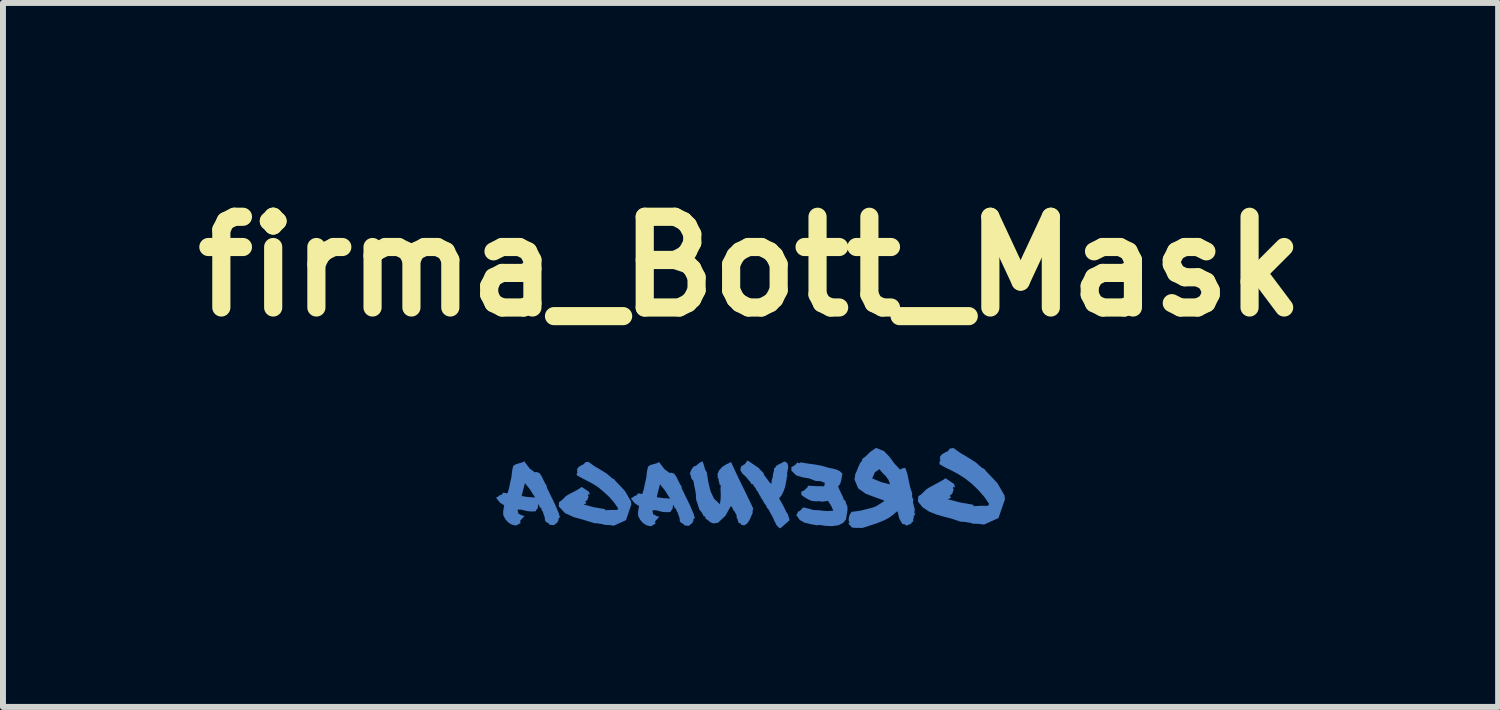
<source format=kicad_pcb>
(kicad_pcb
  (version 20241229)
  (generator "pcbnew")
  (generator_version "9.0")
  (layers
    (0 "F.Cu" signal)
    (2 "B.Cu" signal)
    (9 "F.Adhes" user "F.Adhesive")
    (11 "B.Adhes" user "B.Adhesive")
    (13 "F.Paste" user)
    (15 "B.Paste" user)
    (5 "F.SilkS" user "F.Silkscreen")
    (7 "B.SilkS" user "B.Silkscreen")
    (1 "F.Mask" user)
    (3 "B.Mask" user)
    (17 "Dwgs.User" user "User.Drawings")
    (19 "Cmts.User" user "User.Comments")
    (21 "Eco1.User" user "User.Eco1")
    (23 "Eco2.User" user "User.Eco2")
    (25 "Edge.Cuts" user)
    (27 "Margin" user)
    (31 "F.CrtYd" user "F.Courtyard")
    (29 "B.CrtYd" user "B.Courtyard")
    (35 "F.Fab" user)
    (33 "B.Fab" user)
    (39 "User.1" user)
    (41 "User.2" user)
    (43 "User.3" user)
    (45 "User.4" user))
  (footprint "firma_Bott_Mask"
    (layer "F.Cu")
    (at 9.558 5.157)
    (property "Reference" "firma_Bott_Mask" (at 0 -3.731 0) (layer "F.SilkS") (effects (font (size 1.524 1.524) (thickness 0.305))))
    (attr smd)
    (fp_poly (pts (xy -3.223 0.299) (xy -3.115 0.414) (xy -2.966 0.481) (xy -2.796 0.528) (xy -2.625 0.581) (xy -2.582 0.583) (xy -2.548 0.588) (xy -2.517 0.593) (xy -2.482 0.597) (xy -2.474 0.6) (xy -2.469 0.607) (xy -2.415 0.612) (xy -2.377 0.612) (xy -2.334 0.618) (xy -2.296 0.623) (xy -2.093 0.531) (xy -2.012 0.294) (xy -2.009 0.283) (xy -2.002 0.278) (xy -2.005 0.249) (xy -2.007 0.218) (xy -2.109 0.042) (xy -2.245 -0.103) (xy -2.265 -0.123) (xy -2.281 -0.144) (xy -2.3 -0.161) (xy -2.326 -0.173) (xy -2.412 -0.249) (xy -2.517 -0.314) (xy -2.625 -0.378) (xy -2.725 -0.45) (xy -2.753 -0.445) (xy -2.772 -0.445) (xy -2.804 -0.409) (xy -2.848 -0.387) (xy -2.889 -0.361) (xy -2.918 -0.32) (xy -2.908 -0.311) (xy -2.913 -0.295) (xy -2.915 -0.28) (xy -2.903 -0.273) (xy -2.913 -0.263) (xy -2.923 -0.254) (xy -2.918 -0.24) (xy -2.918 -0.223) (xy -2.841 -0.18) (xy -2.753 -0.135) (xy -2.658 -0.085) (xy -2.563 -0.025) (xy -2.469 0.053) (xy -2.375 0.14) (xy -2.291 0.237) (xy -2.224 0.333) (xy -2.231 0.347) (xy -2.239 0.359) (xy -2.341 0.359) (xy -2.437 0.364) (xy -2.444 0.354) (xy -2.453 0.344) (xy -2.636 0.313) (xy -2.808 0.266) (xy -2.782 0.258) (xy -2.761 0.249) (xy -2.761 0.235) (xy -2.779 0.221) (xy -2.739 0.187) (xy -2.722 0.132) (xy -2.732 0.111) (xy -2.722 0.092) (xy -2.713 0.092) (xy -2.71 0.097) (xy -2.708 0.104) (xy -2.699 0.103) (xy -2.706 0.077) (xy -2.717 0.053) (xy -2.835 -0.027) (xy -2.882 0.004) (xy -2.939 0.037) (xy -3.001 0.07) (xy -3.061 0.101) (xy -3.104 0.128) (xy -3.14 0.165) (xy -3.175 0.199) (xy -3.218 0.228) (xy -3.22 0.265) (xy -3.223 0.299) (xy -3.223 0.299)) (stroke (width 0) (type solid)) (fill yes) (layer "B.Cu"))
    (fp_poly (pts (xy 4.274 0.192) (xy 4.269 0.158) (xy 4.267 0.118) (xy 4.146 -0.092) (xy 3.983 -0.264) (xy 3.959 -0.288) (xy 3.94 -0.314) (xy 3.917 -0.335) (xy 3.886 -0.349) (xy 3.783 -0.44) (xy 3.657 -0.519) (xy 3.526 -0.597) (xy 3.406 -0.683) (xy 3.376 -0.674) (xy 3.352 -0.676) (xy 3.313 -0.629) (xy 3.261 -0.603) (xy 3.211 -0.572) (xy 3.175 -0.524) (xy 3.187 -0.516) (xy 3.182 -0.497) (xy 3.178 -0.478) (xy 3.194 -0.469) (xy 3.182 -0.457) (xy 3.17 -0.445) (xy 3.175 -0.428) (xy 3.175 -0.409) (xy 3.268 -0.355) (xy 3.375 -0.304) (xy 3.488 -0.243) (xy 3.602 -0.171) (xy 3.717 -0.08) (xy 3.828 0.027) (xy 3.928 0.142) (xy 4.007 0.258) (xy 3.998 0.273) (xy 3.988 0.289) (xy 3.866 0.289) (xy 3.752 0.296) (xy 3.743 0.282) (xy 3.733 0.27) (xy 3.514 0.232) (xy 3.308 0.177) (xy 3.363 0.158) (xy 3.363 0.141) (xy 3.344 0.123) (xy 3.39 0.082) (xy 3.411 0.015) (xy 3.399 -0.009) (xy 3.411 -0.032) (xy 3.421 -0.032) (xy 3.425 -0.025) (xy 3.428 -0.018) (xy 3.437 -0.018) (xy 3.428 -0.049) (xy 3.418 -0.078) (xy 3.275 -0.173) (xy 3.22 -0.137) (xy 3.151 -0.099) (xy 3.077 -0.059) (xy 3.006 -0.021) (xy 2.953 0.013) (xy 2.91 0.055) (xy 2.868 0.096) (xy 2.818 0.13) (xy 2.815 0.175) (xy 2.811 0.217) (xy 2.891 0.316) (xy 2.996 0.385) (xy 3.118 0.435) (xy 3.252 0.473) (xy 3.392 0.511) (xy 3.528 0.556) (xy 3.578 0.558) (xy 3.618 0.563) (xy 3.655 0.57) (xy 3.697 0.575) (xy 3.709 0.578) (xy 3.716 0.587) (xy 3.778 0.592) (xy 3.824 0.592) (xy 3.874 0.599) (xy 3.922 0.604) (xy 4.165 0.494) (xy 4.262 0.21) (xy 4.265 0.199) (xy 4.274 0.192) (xy 4.274 0.192)) (stroke (width 0) (type solid)) (fill yes) (layer "B.Cu"))
    (fp_poly (pts (xy 0.685 -0.361) (xy 0.685 -0.342) (xy 0.687 -0.332) (xy 0.687 -0.32) (xy 0.684 -0.302) (xy 0.768 -0.221) (xy 0.87 -0.19) (xy 0.983 -0.171) (xy 1.097 -0.127) (xy 1.138 -0.127) (xy 1.19 -0.121) (xy 1.216 -0.106) (xy 1.247 -0.097) (xy 1.242 -0.065) (xy 1.237 -0.039) (xy 1.104 -0.04) (xy 0.959 -0.049) (xy 0.961 -0.037) (xy 0.963 -0.028) (xy 0.939 -0.006) (xy 0.914 0.018) (xy 0.89 0.039) (xy 0.859 0.044) (xy 0.851 0.075) (xy 0.854 0.108) (xy 0.909 0.147) (xy 0.968 0.182) (xy 1.031 0.208) (xy 1.106 0.215) (xy 1.119 0.215) (xy 1.13 0.209) (xy 1.169 0.215) (xy 1.207 0.22) (xy 1.254 0.213) (xy 1.3 0.206) (xy 1.35 0.283) (xy 1.39 0.371) (xy 1.293 0.378) (xy 1.219 0.373) (xy 1.149 0.364) (xy 1.057 0.361) (xy 0.976 0.337) (xy 0.889 0.316) (xy 0.864 0.335) (xy 0.845 0.359) (xy 0.825 0.378) (xy 0.799 0.385) (xy 0.79 0.402) (xy 0.785 0.42) (xy 0.78 0.435) (xy 0.764 0.438) (xy 0.825 0.526) (xy 0.901 0.571) (xy 0.997 0.595) (xy 1.112 0.616) (xy 1.138 0.614) (xy 1.162 0.611) (xy 1.257 0.626) (xy 1.369 0.631) (xy 1.478 0.616) (xy 1.562 0.571) (xy 1.581 0.544) (xy 1.603 0.518) (xy 1.61 0.468) (xy 1.621 0.411) (xy 1.629 0.351) (xy 1.626 0.297) (xy 1.605 0.251) (xy 1.593 0.206) (xy 1.583 0.197) (xy 1.569 0.191) (xy 1.547 0.132) (xy 1.522 0.079) (xy 1.497 0.027) (xy 1.471 -0.033) (xy 1.507 -0.082) (xy 1.522 -0.135) (xy 1.531 -0.19) (xy 1.543 -0.249) (xy 1.502 -0.29) (xy 1.447 -0.318) (xy 1.383 -0.335) (xy 1.31 -0.35) (xy 1.188 -0.385) (xy 1.081 -0.404) (xy 0.971 -0.419) (xy 0.842 -0.44) (xy 0.813 -0.424) (xy 0.797 -0.433) (xy 0.789 -0.443) (xy 0.746 -0.393) (xy 0.685 -0.361) (xy 0.685 -0.361)) (stroke (width 0) (type solid)) (fill yes) (layer "B.Cu"))
    (fp_poly (pts (xy 2.739 0.461) (xy 2.315 -0.149) (xy 2.344 -0.07) (xy 2.193 -0.109) (xy 2.043 -0.171) (xy 2.088 -0.273) (xy 2.164 -0.326) (xy 2.164 -0.326) (xy 2.213 -0.266) (xy 2.269 -0.211) (xy 2.315 -0.149) (xy 2.739 0.461) (xy 2.754 0.449) (xy 2.77 0.419) (xy 2.751 0.419) (xy 2.758 0.351) (xy 2.742 0.288) (xy 2.728 0.23) (xy 2.734 0.17) (xy 2.721 0.166) (xy 2.715 0.142) (xy 2.713 0.111) (xy 2.715 0.084) (xy 2.68 -0.027) (xy 2.656 -0.139) (xy 2.634 -0.247) (xy 2.599 -0.347) (xy 2.549 -0.34) (xy 2.513 -0.318) (xy 2.418 -0.418) (xy 2.336 -0.531) (xy 2.239 -0.631) (xy 2.107 -0.683) (xy 2.014 -0.619) (xy 1.929 -0.537) (xy 1.903 -0.518) (xy 1.876 -0.5) (xy 1.876 -0.475) (xy 1.836 -0.421) (xy 1.807 -0.357) (xy 1.781 -0.29) (xy 1.753 -0.227) (xy 1.757 -0.208) (xy 1.753 -0.192) (xy 1.748 -0.175) (xy 1.746 -0.152) (xy 1.807 -0.004) (xy 1.934 0.087) (xy 2.093 0.147) (xy 2.246 0.201) (xy 2.239 0.208) (xy 2.234 0.218) (xy 2.155 0.268) (xy 2.101 0.301) (xy 2.046 0.321) (xy 1.962 0.342) (xy 1.879 0.363) (xy 1.824 0.375) (xy 1.772 0.382) (xy 1.698 0.39) (xy 1.667 0.435) (xy 1.65 0.487) (xy 1.648 0.537) (xy 1.662 0.573) (xy 1.653 0.58) (xy 1.636 0.58) (xy 1.657 0.6) (xy 1.674 0.624) (xy 1.695 0.647) (xy 1.722 0.659) (xy 1.881 0.661) (xy 2.127 0.581) (xy 2.248 0.531) (xy 2.329 0.488) (xy 2.392 0.442) (xy 2.46 0.382) (xy 2.467 0.388) (xy 2.472 0.395) (xy 2.499 0.507) (xy 2.551 0.595) (xy 2.589 0.6) (xy 2.611 0.619) (xy 2.637 0.618) (xy 2.653 0.609) (xy 2.668 0.599) (xy 2.696 0.595) (xy 2.706 0.566) (xy 2.734 0.552) (xy 2.73 0.526) (xy 2.735 0.506) (xy 2.742 0.485) (xy 2.739 0.461) (xy 2.739 0.461)) (stroke (width 0) (type solid)) (fill yes) (layer "B.Cu"))
    (fp_poly (pts (xy 0.176 0.158) (xy 0.196 0.183) (xy 0.213 0.213) (xy 0.232 0.249) (xy 0.258 0.28) (xy 0.275 0.321) (xy 0.303 0.354) (xy 0.384 0.504) (xy 0.394 0.535) (xy 0.41 0.562) (xy 0.417 0.574) (xy 0.422 0.583) (xy 0.425 0.6) (xy 0.444 0.624) (xy 0.463 0.643) (xy 0.475 0.657) (xy 0.501 0.667) (xy 0.654 0.533) (xy 0.653 0.516) (xy 0.647 0.499) (xy 0.641 0.478) (xy 0.625 0.43) (xy 0.596 0.387) (xy 0.58 0.349) (xy 0.539 0.268) (xy 0.501 0.202) (xy 0.479 0.164) (xy 0.52 0.115) (xy 0.56 0.032) (xy 0.584 -0.039) (xy 0.589 -0.077) (xy 0.596 -0.109) (xy 0.604 -0.147) (xy 0.608 -0.187) (xy 0.618 -0.211) (xy 0.615 -0.228) (xy 0.613 -0.259) (xy 0.622 -0.301) (xy 0.63 -0.339) (xy 0.632 -0.38) (xy 0.622 -0.418) (xy 0.589 -0.451) (xy 0.56 -0.452) (xy 0.53 -0.435) (xy 0.501 -0.419) (xy 0.465 -0.402) (xy 0.429 -0.38) (xy 0.417 -0.356) (xy 0.394 -0.337) (xy 0.394 -0.318) (xy 0.393 -0.299) (xy 0.386 -0.271) (xy 0.379 -0.251) (xy 0.374 -0.204) (xy 0.363 -0.165) (xy 0.353 -0.125) (xy 0.351 -0.08) (xy 0.334 -0.092) (xy 0.327 -0.097) (xy 0.32 -0.103) (xy 0.219 -0.24) (xy 0.222 -0.258) (xy 0.186 -0.292) (xy 0.16 -0.318) (xy 0.138 -0.344) (xy 0.119 -0.358) (xy -0.038 -0.464) (xy -0.062 -0.468) (xy -0.069 -0.445) (xy -0.097 -0.411) (xy -0.143 -0.382) (xy -0.159 -0.371) (xy -0.167 -0.345) (xy -0.166 -0.33) (xy -0.173 -0.313) (xy -0.138 -0.252) (xy -0.1 -0.218) (xy -0.071 -0.192) (xy -0.052 -0.165) (xy -0.04 -0.151) (xy 0.007 -0.096) (xy 0.012 -0.075) (xy 0.033 -0.075) (xy 0.041 -0.068) (xy 0.058 -0.039) (xy 0.076 -0.016) (xy 0.084 -0.008) (xy 0.089 0.006) (xy 0.095 0.02) (xy 0.122 0.054) (xy 0.134 0.078) (xy 0.148 0.106) (xy 0.167 0.132) (xy 0.176 0.158)) (stroke (width 0) (type solid)) (fill yes) (layer "B.Cu"))
    (fp_poly (pts (xy -0.333 0.295) (xy -0.31 0.314) (xy -0.296 0.344) (xy -0.284 0.373) (xy -0.267 0.385) (xy -0.257 0.409) (xy -0.243 0.431) (xy -0.233 0.456) (xy -0.236 0.485) (xy -0.219 0.514) (xy -0.21 0.55) (xy -0.197 0.58) (xy -0.159 0.59) (xy -0.157 0.599) (xy -0.162 0.611) (xy -0.133 0.612) (xy -0.11 0.621) (xy -0.055 0.585) (xy -0.017 0.528) (xy 0.012 0.462) (xy 0.036 0.406) (xy 0.034 0.369) (xy 0.046 0.338) (xy 0.025 0.293) (xy 0.003 0.247) (xy -0.019 0.201) (xy -0.042 0.153) (xy -0.065 0.105) (xy -0.089 0.056) (xy -0.113 0.006) (xy -0.138 -0.044) (xy -0.163 -0.095) (xy -0.187 -0.145) (xy -0.211 -0.196) (xy -0.235 -0.246) (xy -0.259 -0.296) (xy -0.282 -0.346) (xy -0.305 -0.396) (xy -0.327 -0.445) (xy -0.405 -0.409) (xy -0.476 -0.364) (xy -0.531 -0.304) (xy -0.56 -0.23) (xy -0.551 -0.221) (xy -0.545 -0.22) (xy -0.551 -0.208) (xy -0.551 -0.201) (xy -0.551 -0.19) (xy -0.557 -0.175) (xy -0.546 -0.173) (xy -0.536 -0.173) (xy -0.539 -0.142) (xy -0.532 -0.12) (xy -0.524 -0.099) (xy -0.526 -0.072) (xy -0.517 -0.068) (xy -0.514 -0.063) (xy -0.508 -0.058) (xy -0.501 -0.058) (xy -0.505 0.018) (xy -0.501 0.095) (xy -0.503 0.176) (xy -0.515 0.263) (xy -0.613 0.17) (xy -0.674 0.042) (xy -0.71 -0.11) (xy -0.736 -0.275) (xy -0.76 -0.313) (xy -0.775 -0.359) (xy -0.789 -0.409) (xy -0.806 -0.456) (xy -0.849 -0.439) (xy -0.884 -0.411) (xy -0.917 -0.383) (xy -0.96 -0.368) (xy -0.998 -0.311) (xy -1.02 -0.252) (xy -1.006 -0.221) (xy -0.998 -0.187) (xy -0.984 -0.154) (xy -0.96 -0.13) (xy -0.946 -0.047) (xy -0.93 0.025) (xy -0.918 0.101) (xy -0.915 0.185) (xy -0.886 0.269) (xy -0.861 0.35) (xy -0.818 0.404) (xy -0.786 0.466) (xy -0.777 0.469) (xy -0.765 0.464) (xy -0.765 0.474) (xy -0.76 0.481) (xy -0.756 0.488) (xy -0.76 0.502) (xy -0.717 0.531) (xy -0.675 0.566) (xy -0.624 0.586) (xy -0.546 0.574) (xy -0.421 0.455) (xy -0.333 0.295) (xy -0.333 0.295)) (stroke (width 0) (type solid)) (fill yes) (layer "B.Cu"))
    (fp_poly (pts (xy -4.151 0.452) (xy -3.657 0.148) (xy -3.75 0.141) (xy -3.845 0.125) (xy -3.819 0.018) (xy -3.79 -0.093) (xy -3.779 -0.076) (xy -3.712 0.005) (xy -3.659 0.089) (xy -3.638 0.12) (xy -3.619 0.151) (xy -3.638 0.149) (xy -3.657 0.148) (xy -3.657 0.148) (xy -4.151 0.452) (xy -4.12 0.513) (xy -4.074 0.566) (xy -4.015 0.604) (xy -3.946 0.621) (xy -3.915 0.609) (xy -3.9 0.599) (xy -3.89 0.594) (xy -3.883 0.589) (xy -3.862 0.58) (xy -3.869 0.558) (xy -3.867 0.537) (xy -3.846 0.514) (xy -3.836 0.504) (xy -3.828 0.494) (xy -3.798 0.461) (xy -3.845 0.449) (xy -3.902 0.418) (xy -3.914 0.354) (xy -3.855 0.353) (xy -3.809 0.365) (xy -3.745 0.38) (xy -3.676 0.385) (xy -3.65 0.385) (xy -3.624 0.382) (xy -3.607 0.379) (xy -3.6 0.358) (xy -3.593 0.351) (xy -3.574 0.329) (xy -3.571 0.291) (xy -3.561 0.26) (xy -3.545 0.303) (xy -3.538 0.32) (xy -3.521 0.323) (xy -3.516 0.332) (xy -3.514 0.341) (xy -3.505 0.37) (xy -3.499 0.377) (xy -3.492 0.382) (xy -3.483 0.413) (xy -3.473 0.442) (xy -3.457 0.487) (xy -3.454 0.528) (xy -3.447 0.547) (xy -3.428 0.565) (xy -3.407 0.575) (xy -3.397 0.582) (xy -3.388 0.585) (xy -3.383 0.604) (xy -3.363 0.608) (xy -3.335 0.613) (xy -3.318 0.614) (xy -3.3 0.613) (xy -3.271 0.589) (xy -3.247 0.57) (xy -3.23 0.539) (xy -3.226 0.52) (xy -3.223 0.502) (xy -3.218 0.492) (xy -3.195 0.471) (xy -3.214 0.456) (xy -3.216 0.427) (xy -3.288 0.258) (xy -3.369 0.092) (xy -3.395 0.037) (xy -3.423 -0.018) (xy -3.421 -0.03) (xy -3.425 -0.045) (xy -3.456 -0.097) (xy -3.48 -0.145) (xy -3.507 -0.202) (xy -3.545 -0.259) (xy -3.573 -0.271) (xy -3.585 -0.274) (xy -3.6 -0.278) (xy -3.626 -0.274) (xy -3.71 -0.336) (xy -3.785 -0.435) (xy -3.802 -0.459) (xy -3.824 -0.445) (xy -3.848 -0.435) (xy -3.881 -0.426) (xy -3.94 -0.41) (xy -3.984 -0.385) (xy -3.996 -0.343) (xy -4.002 -0.316) (xy -4.01 -0.257) (xy -4.017 -0.192) (xy -4.031 -0.133) (xy -4.043 -0.076) (xy -4.06 0.005) (xy -4.083 0.077) (xy -4.1 0.079) (xy -4.117 0.074) (xy -4.139 0.07) (xy -4.158 0.068) (xy -4.165 0.086) (xy -4.183 0.103) (xy -4.215 0.113) (xy -4.234 0.129) (xy -4.248 0.139) (xy -4.274 0.149) (xy -4.26 0.175) (xy -4.21 0.236) (xy -4.139 0.282) (xy -4.141 0.303) (xy -4.146 0.322) (xy -4.155 0.382) (xy -4.155 0.446) (xy -4.151 0.452)) (stroke (width 0) (type solid)) (fill yes) (layer "B.Cu"))
    (fp_poly (pts (xy -1.886 0.464) (xy -1.389 0.166) (xy -1.482 0.159) (xy -1.576 0.144) (xy -1.55 0.037) (xy -1.521 -0.075) (xy -1.511 -0.058) (xy -1.444 0.023) (xy -1.39 0.108) (xy -1.37 0.139) (xy -1.351 0.17) (xy -1.37 0.168) (xy -1.389 0.166) (xy -1.389 0.166) (xy -1.886 0.464) (xy -1.855 0.524) (xy -1.809 0.578) (xy -1.75 0.616) (xy -1.681 0.633) (xy -1.65 0.621) (xy -1.635 0.611) (xy -1.625 0.605) (xy -1.618 0.6) (xy -1.597 0.592) (xy -1.604 0.569) (xy -1.602 0.549) (xy -1.581 0.526) (xy -1.571 0.516) (xy -1.563 0.505) (xy -1.533 0.473) (xy -1.58 0.461) (xy -1.637 0.43) (xy -1.649 0.366) (xy -1.59 0.364) (xy -1.544 0.376) (xy -1.48 0.392) (xy -1.411 0.397) (xy -1.385 0.397) (xy -1.359 0.394) (xy -1.342 0.39) (xy -1.335 0.37) (xy -1.328 0.363) (xy -1.309 0.34) (xy -1.306 0.302) (xy -1.296 0.271) (xy -1.28 0.314) (xy -1.273 0.332) (xy -1.256 0.335) (xy -1.251 0.344) (xy -1.249 0.352) (xy -1.24 0.382) (xy -1.234 0.388) (xy -1.227 0.394) (xy -1.218 0.425) (xy -1.208 0.454) (xy -1.192 0.499) (xy -1.189 0.54) (xy -1.182 0.559) (xy -1.163 0.576) (xy -1.142 0.587) (xy -1.132 0.593) (xy -1.123 0.597) (xy -1.118 0.616) (xy -1.098 0.619) (xy -1.07 0.624) (xy -1.053 0.626) (xy -1.035 0.624) (xy -1.006 0.6) (xy -0.982 0.581) (xy -0.965 0.55) (xy -0.961 0.531) (xy -0.958 0.514) (xy -0.953 0.504) (xy -0.93 0.483) (xy -0.949 0.468) (xy -0.951 0.438) (xy -1.023 0.27) (xy -1.104 0.104) (xy -1.13 0.049) (xy -1.158 -0.006) (xy -1.156 -0.018) (xy -1.16 -0.034) (xy -1.191 -0.085) (xy -1.215 -0.134) (xy -1.242 -0.19) (xy -1.28 -0.247) (xy -1.308 -0.259) (xy -1.32 -0.263) (xy -1.335 -0.266) (xy -1.361 -0.263) (xy -1.445 -0.325) (xy -1.52 -0.423) (xy -1.537 -0.447) (xy -1.559 -0.433) (xy -1.583 -0.423) (xy -1.616 -0.414) (xy -1.675 -0.399) (xy -1.719 -0.373) (xy -1.731 -0.332) (xy -1.737 -0.304) (xy -1.745 -0.245) (xy -1.752 -0.18) (xy -1.766 -0.121) (xy -1.778 -0.065) (xy -1.795 0.016) (xy -1.818 0.089) (xy -1.835 0.09) (xy -1.852 0.085) (xy -1.874 0.082) (xy -1.893 0.08) (xy -1.9 0.097) (xy -1.918 0.115) (xy -1.95 0.125) (xy -1.969 0.14) (xy -1.983 0.151) (xy -2.009 0.161) (xy -1.995 0.187) (xy -1.945 0.247) (xy -1.874 0.294) (xy -1.876 0.314) (xy -1.881 0.333) (xy -1.89 0.394) (xy -1.89 0.457) (xy -1.886 0.464)) (stroke (width 0) (type solid)) (fill yes) (layer "B.Cu"))
    (fp_poly (pts (xy -3.223 0.299) (xy -3.115 0.414) (xy -2.966 0.481) (xy -2.796 0.528) (xy -2.625 0.581) (xy -2.582 0.583) (xy -2.548 0.588) (xy -2.517 0.593) (xy -2.482 0.597) (xy -2.474 0.6) (xy -2.469 0.607) (xy -2.415 0.612) (xy -2.377 0.612) (xy -2.334 0.618) (xy -2.296 0.623) (xy -2.093 0.531) (xy -2.012 0.294) (xy -2.009 0.283) (xy -2.002 0.278) (xy -2.005 0.249) (xy -2.007 0.218) (xy -2.109 0.042) (xy -2.245 -0.103) (xy -2.265 -0.123) (xy -2.281 -0.144) (xy -2.3 -0.161) (xy -2.326 -0.173) (xy -2.412 -0.249) (xy -2.517 -0.314) (xy -2.625 -0.378) (xy -2.725 -0.45) (xy -2.753 -0.445) (xy -2.772 -0.445) (xy -2.804 -0.409) (xy -2.848 -0.387) (xy -2.889 -0.361) (xy -2.918 -0.32) (xy -2.908 -0.311) (xy -2.913 -0.295) (xy -2.915 -0.28) (xy -2.903 -0.273) (xy -2.913 -0.263) (xy -2.923 -0.254) (xy -2.918 -0.24) (xy -2.918 -0.223) (xy -2.841 -0.18) (xy -2.753 -0.135) (xy -2.658 -0.085) (xy -2.563 -0.025) (xy -2.469 0.053) (xy -2.375 0.14) (xy -2.291 0.237) (xy -2.224 0.333) (xy -2.231 0.347) (xy -2.239 0.359) (xy -2.341 0.359) (xy -2.437 0.364) (xy -2.444 0.354) (xy -2.453 0.344) (xy -2.636 0.313) (xy -2.808 0.266) (xy -2.782 0.258) (xy -2.761 0.249) (xy -2.761 0.235) (xy -2.779 0.221) (xy -2.739 0.187) (xy -2.722 0.132) (xy -2.732 0.111) (xy -2.722 0.092) (xy -2.713 0.092) (xy -2.71 0.097) (xy -2.708 0.104) (xy -2.699 0.103) (xy -2.706 0.077) (xy -2.717 0.053) (xy -2.835 -0.027) (xy -2.882 0.004) (xy -2.939 0.037) (xy -3.001 0.07) (xy -3.061 0.101) (xy -3.104 0.128) (xy -3.14 0.165) (xy -3.175 0.199) (xy -3.218 0.228) (xy -3.22 0.265) (xy -3.223 0.299) (xy -3.223 0.299)) (stroke (width 0) (type solid)) (fill yes) (layer "B.Mask"))
    (fp_poly (pts (xy 4.274 0.192) (xy 4.269 0.158) (xy 4.267 0.118) (xy 4.146 -0.092) (xy 3.983 -0.264) (xy 3.959 -0.288) (xy 3.94 -0.314) (xy 3.917 -0.335) (xy 3.886 -0.349) (xy 3.783 -0.44) (xy 3.657 -0.519) (xy 3.526 -0.597) (xy 3.406 -0.683) (xy 3.376 -0.674) (xy 3.352 -0.676) (xy 3.313 -0.629) (xy 3.261 -0.603) (xy 3.211 -0.572) (xy 3.175 -0.524) (xy 3.187 -0.516) (xy 3.182 -0.497) (xy 3.178 -0.478) (xy 3.194 -0.469) (xy 3.182 -0.457) (xy 3.17 -0.445) (xy 3.175 -0.428) (xy 3.175 -0.409) (xy 3.268 -0.355) (xy 3.375 -0.304) (xy 3.488 -0.243) (xy 3.602 -0.171) (xy 3.717 -0.08) (xy 3.828 0.027) (xy 3.928 0.142) (xy 4.007 0.258) (xy 3.998 0.273) (xy 3.988 0.289) (xy 3.866 0.289) (xy 3.752 0.296) (xy 3.743 0.282) (xy 3.733 0.27) (xy 3.514 0.232) (xy 3.308 0.177) (xy 3.363 0.158) (xy 3.363 0.141) (xy 3.344 0.123) (xy 3.39 0.082) (xy 3.411 0.015) (xy 3.399 -0.009) (xy 3.411 -0.032) (xy 3.421 -0.032) (xy 3.425 -0.025) (xy 3.428 -0.018) (xy 3.437 -0.018) (xy 3.428 -0.049) (xy 3.418 -0.078) (xy 3.275 -0.173) (xy 3.22 -0.137) (xy 3.151 -0.099) (xy 3.077 -0.059) (xy 3.006 -0.021) (xy 2.953 0.013) (xy 2.91 0.055) (xy 2.868 0.096) (xy 2.818 0.13) (xy 2.815 0.175) (xy 2.811 0.217) (xy 2.891 0.316) (xy 2.996 0.385) (xy 3.118 0.435) (xy 3.252 0.473) (xy 3.392 0.511) (xy 3.528 0.556) (xy 3.578 0.558) (xy 3.618 0.563) (xy 3.655 0.57) (xy 3.697 0.575) (xy 3.709 0.578) (xy 3.716 0.587) (xy 3.778 0.592) (xy 3.824 0.592) (xy 3.874 0.599) (xy 3.922 0.604) (xy 4.165 0.494) (xy 4.262 0.21) (xy 4.265 0.199) (xy 4.274 0.192) (xy 4.274 0.192)) (stroke (width 0) (type solid)) (fill yes) (layer "B.Mask"))
    (fp_poly (pts (xy 0.685 -0.361) (xy 0.685 -0.342) (xy 0.687 -0.332) (xy 0.687 -0.32) (xy 0.684 -0.302) (xy 0.768 -0.221) (xy 0.87 -0.19) (xy 0.983 -0.171) (xy 1.097 -0.127) (xy 1.138 -0.127) (xy 1.19 -0.121) (xy 1.216 -0.106) (xy 1.247 -0.097) (xy 1.242 -0.065) (xy 1.237 -0.039) (xy 1.104 -0.04) (xy 0.959 -0.049) (xy 0.961 -0.037) (xy 0.963 -0.028) (xy 0.939 -0.006) (xy 0.914 0.018) (xy 0.89 0.039) (xy 0.859 0.044) (xy 0.851 0.075) (xy 0.854 0.108) (xy 0.909 0.147) (xy 0.968 0.182) (xy 1.031 0.208) (xy 1.106 0.215) (xy 1.119 0.215) (xy 1.13 0.209) (xy 1.169 0.215) (xy 1.207 0.22) (xy 1.254 0.213) (xy 1.3 0.206) (xy 1.35 0.283) (xy 1.39 0.371) (xy 1.293 0.378) (xy 1.219 0.373) (xy 1.149 0.364) (xy 1.057 0.361) (xy 0.976 0.337) (xy 0.889 0.316) (xy 0.864 0.335) (xy 0.845 0.359) (xy 0.825 0.378) (xy 0.799 0.385) (xy 0.79 0.402) (xy 0.785 0.42) (xy 0.78 0.435) (xy 0.764 0.438) (xy 0.825 0.526) (xy 0.901 0.571) (xy 0.997 0.595) (xy 1.112 0.616) (xy 1.138 0.614) (xy 1.162 0.611) (xy 1.257 0.626) (xy 1.369 0.631) (xy 1.478 0.616) (xy 1.562 0.571) (xy 1.581 0.544) (xy 1.603 0.518) (xy 1.61 0.468) (xy 1.621 0.411) (xy 1.629 0.351) (xy 1.626 0.297) (xy 1.605 0.251) (xy 1.593 0.206) (xy 1.583 0.197) (xy 1.569 0.191) (xy 1.547 0.132) (xy 1.522 0.079) (xy 1.497 0.027) (xy 1.471 -0.033) (xy 1.507 -0.082) (xy 1.522 -0.135) (xy 1.531 -0.19) (xy 1.543 -0.249) (xy 1.502 -0.29) (xy 1.447 -0.318) (xy 1.383 -0.335) (xy 1.31 -0.35) (xy 1.188 -0.385) (xy 1.081 -0.404) (xy 0.971 -0.419) (xy 0.842 -0.44) (xy 0.813 -0.424) (xy 0.797 -0.433) (xy 0.789 -0.443) (xy 0.746 -0.393) (xy 0.685 -0.361) (xy 0.685 -0.361)) (stroke (width 0) (type solid)) (fill yes) (layer "B.Mask"))
    (fp_poly (pts (xy 2.739 0.461) (xy 2.315 -0.149) (xy 2.344 -0.07) (xy 2.193 -0.109) (xy 2.043 -0.171) (xy 2.088 -0.273) (xy 2.164 -0.326) (xy 2.164 -0.326) (xy 2.213 -0.266) (xy 2.269 -0.211) (xy 2.315 -0.149) (xy 2.739 0.461) (xy 2.754 0.449) (xy 2.77 0.419) (xy 2.751 0.419) (xy 2.758 0.351) (xy 2.742 0.288) (xy 2.728 0.23) (xy 2.734 0.17) (xy 2.721 0.166) (xy 2.715 0.142) (xy 2.713 0.111) (xy 2.715 0.084) (xy 2.68 -0.027) (xy 2.656 -0.139) (xy 2.634 -0.247) (xy 2.599 -0.347) (xy 2.549 -0.34) (xy 2.513 -0.318) (xy 2.418 -0.418) (xy 2.336 -0.531) (xy 2.239 -0.631) (xy 2.107 -0.683) (xy 2.014 -0.619) (xy 1.929 -0.537) (xy 1.903 -0.518) (xy 1.876 -0.5) (xy 1.876 -0.475) (xy 1.836 -0.421) (xy 1.807 -0.357) (xy 1.781 -0.29) (xy 1.753 -0.227) (xy 1.757 -0.208) (xy 1.753 -0.192) (xy 1.748 -0.175) (xy 1.746 -0.152) (xy 1.807 -0.004) (xy 1.934 0.087) (xy 2.093 0.147) (xy 2.246 0.201) (xy 2.239 0.208) (xy 2.234 0.218) (xy 2.155 0.268) (xy 2.101 0.301) (xy 2.046 0.321) (xy 1.962 0.342) (xy 1.879 0.363) (xy 1.824 0.375) (xy 1.772 0.382) (xy 1.698 0.39) (xy 1.667 0.435) (xy 1.65 0.487) (xy 1.648 0.537) (xy 1.662 0.573) (xy 1.653 0.58) (xy 1.636 0.58) (xy 1.657 0.6) (xy 1.674 0.624) (xy 1.695 0.647) (xy 1.722 0.659) (xy 1.881 0.661) (xy 2.127 0.581) (xy 2.248 0.531) (xy 2.329 0.488) (xy 2.392 0.442) (xy 2.46 0.382) (xy 2.467 0.388) (xy 2.472 0.395) (xy 2.499 0.507) (xy 2.551 0.595) (xy 2.589 0.6) (xy 2.611 0.619) (xy 2.637 0.618) (xy 2.653 0.609) (xy 2.668 0.599) (xy 2.696 0.595) (xy 2.706 0.566) (xy 2.734 0.552) (xy 2.73 0.526) (xy 2.735 0.506) (xy 2.742 0.485) (xy 2.739 0.461) (xy 2.739 0.461)) (stroke (width 0) (type solid)) (fill yes) (layer "B.Mask"))
    (fp_poly (pts (xy 0.176 0.158) (xy 0.196 0.183) (xy 0.213 0.213) (xy 0.232 0.249) (xy 0.258 0.28) (xy 0.275 0.321) (xy 0.303 0.354) (xy 0.384 0.504) (xy 0.394 0.535) (xy 0.41 0.562) (xy 0.417 0.574) (xy 0.422 0.583) (xy 0.425 0.6) (xy 0.444 0.624) (xy 0.463 0.643) (xy 0.475 0.657) (xy 0.501 0.667) (xy 0.654 0.533) (xy 0.653 0.516) (xy 0.647 0.499) (xy 0.641 0.478) (xy 0.625 0.43) (xy 0.596 0.387) (xy 0.58 0.349) (xy 0.539 0.268) (xy 0.501 0.202) (xy 0.479 0.164) (xy 0.52 0.115) (xy 0.56 0.032) (xy 0.584 -0.039) (xy 0.589 -0.077) (xy 0.596 -0.109) (xy 0.604 -0.147) (xy 0.608 -0.187) (xy 0.618 -0.211) (xy 0.615 -0.228) (xy 0.613 -0.259) (xy 0.622 -0.301) (xy 0.63 -0.339) (xy 0.632 -0.38) (xy 0.622 -0.418) (xy 0.589 -0.451) (xy 0.56 -0.452) (xy 0.53 -0.435) (xy 0.501 -0.419) (xy 0.465 -0.402) (xy 0.429 -0.38) (xy 0.417 -0.356) (xy 0.394 -0.337) (xy 0.394 -0.318) (xy 0.393 -0.299) (xy 0.386 -0.271) (xy 0.379 -0.251) (xy 0.374 -0.204) (xy 0.363 -0.165) (xy 0.353 -0.125) (xy 0.351 -0.08) (xy 0.334 -0.092) (xy 0.327 -0.097) (xy 0.32 -0.103) (xy 0.219 -0.24) (xy 0.222 -0.258) (xy 0.186 -0.292) (xy 0.16 -0.318) (xy 0.138 -0.344) (xy 0.119 -0.358) (xy -0.038 -0.464) (xy -0.062 -0.468) (xy -0.069 -0.445) (xy -0.097 -0.411) (xy -0.143 -0.382) (xy -0.159 -0.371) (xy -0.167 -0.345) (xy -0.166 -0.33) (xy -0.173 -0.313) (xy -0.138 -0.252) (xy -0.1 -0.218) (xy -0.071 -0.192) (xy -0.052 -0.165) (xy -0.04 -0.151) (xy 0.007 -0.096) (xy 0.012 -0.075) (xy 0.033 -0.075) (xy 0.041 -0.068) (xy 0.058 -0.039) (xy 0.076 -0.016) (xy 0.084 -0.008) (xy 0.089 0.006) (xy 0.095 0.02) (xy 0.122 0.054) (xy 0.134 0.078) (xy 0.148 0.106) (xy 0.167 0.132) (xy 0.176 0.158)) (stroke (width 0) (type solid)) (fill yes) (layer "B.Mask"))
    (fp_poly (pts (xy -0.333 0.295) (xy -0.31 0.314) (xy -0.296 0.344) (xy -0.284 0.373) (xy -0.267 0.385) (xy -0.257 0.409) (xy -0.243 0.431) (xy -0.233 0.456) (xy -0.236 0.485) (xy -0.219 0.514) (xy -0.21 0.55) (xy -0.197 0.58) (xy -0.159 0.59) (xy -0.157 0.599) (xy -0.162 0.611) (xy -0.133 0.612) (xy -0.11 0.621) (xy -0.055 0.585) (xy -0.017 0.528) (xy 0.012 0.462) (xy 0.036 0.406) (xy 0.034 0.369) (xy 0.046 0.338) (xy 0.025 0.293) (xy 0.003 0.247) (xy -0.019 0.201) (xy -0.042 0.153) (xy -0.065 0.105) (xy -0.089 0.056) (xy -0.113 0.006) (xy -0.138 -0.044) (xy -0.163 -0.095) (xy -0.187 -0.145) (xy -0.211 -0.196) (xy -0.235 -0.246) (xy -0.259 -0.296) (xy -0.282 -0.346) (xy -0.305 -0.396) (xy -0.327 -0.445) (xy -0.405 -0.409) (xy -0.476 -0.364) (xy -0.531 -0.304) (xy -0.56 -0.23) (xy -0.551 -0.221) (xy -0.545 -0.22) (xy -0.551 -0.208) (xy -0.551 -0.201) (xy -0.551 -0.19) (xy -0.557 -0.175) (xy -0.546 -0.173) (xy -0.536 -0.173) (xy -0.539 -0.142) (xy -0.532 -0.12) (xy -0.524 -0.099) (xy -0.526 -0.072) (xy -0.517 -0.068) (xy -0.514 -0.063) (xy -0.508 -0.058) (xy -0.501 -0.058) (xy -0.505 0.018) (xy -0.501 0.095) (xy -0.503 0.176) (xy -0.515 0.263) (xy -0.613 0.17) (xy -0.674 0.042) (xy -0.71 -0.11) (xy -0.736 -0.275) (xy -0.76 -0.313) (xy -0.775 -0.359) (xy -0.789 -0.409) (xy -0.806 -0.456) (xy -0.849 -0.439) (xy -0.884 -0.411) (xy -0.917 -0.383) (xy -0.96 -0.368) (xy -0.998 -0.311) (xy -1.02 -0.252) (xy -1.006 -0.221) (xy -0.998 -0.187) (xy -0.984 -0.154) (xy -0.96 -0.13) (xy -0.946 -0.047) (xy -0.93 0.025) (xy -0.918 0.101) (xy -0.915 0.185) (xy -0.886 0.269) (xy -0.861 0.35) (xy -0.818 0.404) (xy -0.786 0.466) (xy -0.777 0.469) (xy -0.765 0.464) (xy -0.765 0.474) (xy -0.76 0.481) (xy -0.756 0.488) (xy -0.76 0.502) (xy -0.717 0.531) (xy -0.675 0.566) (xy -0.624 0.586) (xy -0.546 0.574) (xy -0.421 0.455) (xy -0.333 0.295) (xy -0.333 0.295)) (stroke (width 0) (type solid)) (fill yes) (layer "B.Mask"))
    (fp_poly (pts (xy -4.151 0.452) (xy -3.657 0.148) (xy -3.75 0.141) (xy -3.845 0.125) (xy -3.819 0.018) (xy -3.79 -0.093) (xy -3.779 -0.076) (xy -3.712 0.005) (xy -3.659 0.089) (xy -3.638 0.12) (xy -3.619 0.151) (xy -3.638 0.149) (xy -3.657 0.148) (xy -3.657 0.148) (xy -4.151 0.452) (xy -4.12 0.513) (xy -4.074 0.566) (xy -4.015 0.604) (xy -3.946 0.621) (xy -3.915 0.609) (xy -3.9 0.599) (xy -3.89 0.594) (xy -3.883 0.589) (xy -3.862 0.58) (xy -3.869 0.558) (xy -3.867 0.537) (xy -3.846 0.514) (xy -3.836 0.504) (xy -3.828 0.494) (xy -3.798 0.461) (xy -3.845 0.449) (xy -3.902 0.418) (xy -3.914 0.354) (xy -3.855 0.353) (xy -3.809 0.365) (xy -3.745 0.38) (xy -3.676 0.385) (xy -3.65 0.385) (xy -3.624 0.382) (xy -3.607 0.379) (xy -3.6 0.358) (xy -3.593 0.351) (xy -3.574 0.329) (xy -3.571 0.291) (xy -3.561 0.26) (xy -3.545 0.303) (xy -3.538 0.32) (xy -3.521 0.323) (xy -3.516 0.332) (xy -3.514 0.341) (xy -3.505 0.37) (xy -3.499 0.377) (xy -3.492 0.382) (xy -3.483 0.413) (xy -3.473 0.442) (xy -3.457 0.487) (xy -3.454 0.528) (xy -3.447 0.547) (xy -3.428 0.565) (xy -3.407 0.575) (xy -3.397 0.582) (xy -3.388 0.585) (xy -3.383 0.604) (xy -3.363 0.608) (xy -3.335 0.613) (xy -3.318 0.614) (xy -3.3 0.613) (xy -3.271 0.589) (xy -3.247 0.57) (xy -3.23 0.539) (xy -3.226 0.52) (xy -3.223 0.502) (xy -3.218 0.492) (xy -3.195 0.471) (xy -3.214 0.456) (xy -3.216 0.427) (xy -3.288 0.258) (xy -3.369 0.092) (xy -3.395 0.037) (xy -3.423 -0.018) (xy -3.421 -0.03) (xy -3.425 -0.045) (xy -3.456 -0.097) (xy -3.48 -0.145) (xy -3.507 -0.202) (xy -3.545 -0.259) (xy -3.573 -0.271) (xy -3.585 -0.274) (xy -3.6 -0.278) (xy -3.626 -0.274) (xy -3.71 -0.336) (xy -3.785 -0.435) (xy -3.802 -0.459) (xy -3.824 -0.445) (xy -3.848 -0.435) (xy -3.881 -0.426) (xy -3.94 -0.41) (xy -3.984 -0.385) (xy -3.996 -0.343) (xy -4.002 -0.316) (xy -4.01 -0.257) (xy -4.017 -0.192) (xy -4.031 -0.133) (xy -4.043 -0.076) (xy -4.06 0.005) (xy -4.083 0.077) (xy -4.1 0.079) (xy -4.117 0.074) (xy -4.139 0.07) (xy -4.158 0.068) (xy -4.165 0.086) (xy -4.183 0.103) (xy -4.215 0.113) (xy -4.234 0.129) (xy -4.248 0.139) (xy -4.274 0.149) (xy -4.26 0.175) (xy -4.21 0.236) (xy -4.139 0.282) (xy -4.141 0.303) (xy -4.146 0.322) (xy -4.155 0.382) (xy -4.155 0.446) (xy -4.151 0.452)) (stroke (width 0) (type solid)) (fill yes) (layer "B.Mask"))
    (fp_poly (pts (xy -1.886 0.464) (xy -1.389 0.166) (xy -1.482 0.159) (xy -1.576 0.144) (xy -1.55 0.037) (xy -1.521 -0.075) (xy -1.511 -0.058) (xy -1.444 0.023) (xy -1.39 0.108) (xy -1.37 0.139) (xy -1.351 0.17) (xy -1.37 0.168) (xy -1.389 0.166) (xy -1.389 0.166) (xy -1.886 0.464) (xy -1.855 0.524) (xy -1.809 0.578) (xy -1.75 0.616) (xy -1.681 0.633) (xy -1.65 0.621) (xy -1.635 0.611) (xy -1.625 0.605) (xy -1.618 0.6) (xy -1.597 0.592) (xy -1.604 0.569) (xy -1.602 0.549) (xy -1.581 0.526) (xy -1.571 0.516) (xy -1.563 0.505) (xy -1.533 0.473) (xy -1.58 0.461) (xy -1.637 0.43) (xy -1.649 0.366) (xy -1.59 0.364) (xy -1.544 0.376) (xy -1.48 0.392) (xy -1.411 0.397) (xy -1.385 0.397) (xy -1.359 0.394) (xy -1.342 0.39) (xy -1.335 0.37) (xy -1.328 0.363) (xy -1.309 0.34) (xy -1.306 0.302) (xy -1.296 0.271) (xy -1.28 0.314) (xy -1.273 0.332) (xy -1.256 0.335) (xy -1.251 0.344) (xy -1.249 0.352) (xy -1.24 0.382) (xy -1.234 0.388) (xy -1.227 0.394) (xy -1.218 0.425) (xy -1.208 0.454) (xy -1.192 0.499) (xy -1.189 0.54) (xy -1.182 0.559) (xy -1.163 0.576) (xy -1.142 0.587) (xy -1.132 0.593) (xy -1.123 0.597) (xy -1.118 0.616) (xy -1.098 0.619) (xy -1.07 0.624) (xy -1.053 0.626) (xy -1.035 0.624) (xy -1.006 0.6) (xy -0.982 0.581) (xy -0.965 0.55) (xy -0.961 0.531) (xy -0.958 0.514) (xy -0.953 0.504) (xy -0.93 0.483) (xy -0.949 0.468) (xy -0.951 0.438) (xy -1.023 0.27) (xy -1.104 0.104) (xy -1.13 0.049) (xy -1.158 -0.006) (xy -1.156 -0.018) (xy -1.16 -0.034) (xy -1.191 -0.085) (xy -1.215 -0.134) (xy -1.242 -0.19) (xy -1.28 -0.247) (xy -1.308 -0.259) (xy -1.32 -0.263) (xy -1.335 -0.266) (xy -1.361 -0.263) (xy -1.445 -0.325) (xy -1.52 -0.423) (xy -1.537 -0.447) (xy -1.559 -0.433) (xy -1.583 -0.423) (xy -1.616 -0.414) (xy -1.675 -0.399) (xy -1.719 -0.373) (xy -1.731 -0.332) (xy -1.737 -0.304) (xy -1.745 -0.245) (xy -1.752 -0.18) (xy -1.766 -0.121) (xy -1.778 -0.065) (xy -1.795 0.016) (xy -1.818 0.089) (xy -1.835 0.09) (xy -1.852 0.085) (xy -1.874 0.082) (xy -1.893 0.08) (xy -1.9 0.097) (xy -1.918 0.115) (xy -1.95 0.125) (xy -1.969 0.14) (xy -1.983 0.151) (xy -2.009 0.161) (xy -1.995 0.187) (xy -1.945 0.247) (xy -1.874 0.294) (xy -1.876 0.314) (xy -1.881 0.333) (xy -1.89 0.394) (xy -1.89 0.457) (xy -1.886 0.464)) (stroke (width 0) (type solid)) (fill yes) (layer "B.Mask")))
  (gr_rect
    (start -3 -3)
    (end 22.115 8.825)
    (stroke (width 0.1) (type default))
    (fill no)
    (layer "Edge.Cuts")))
</source>
